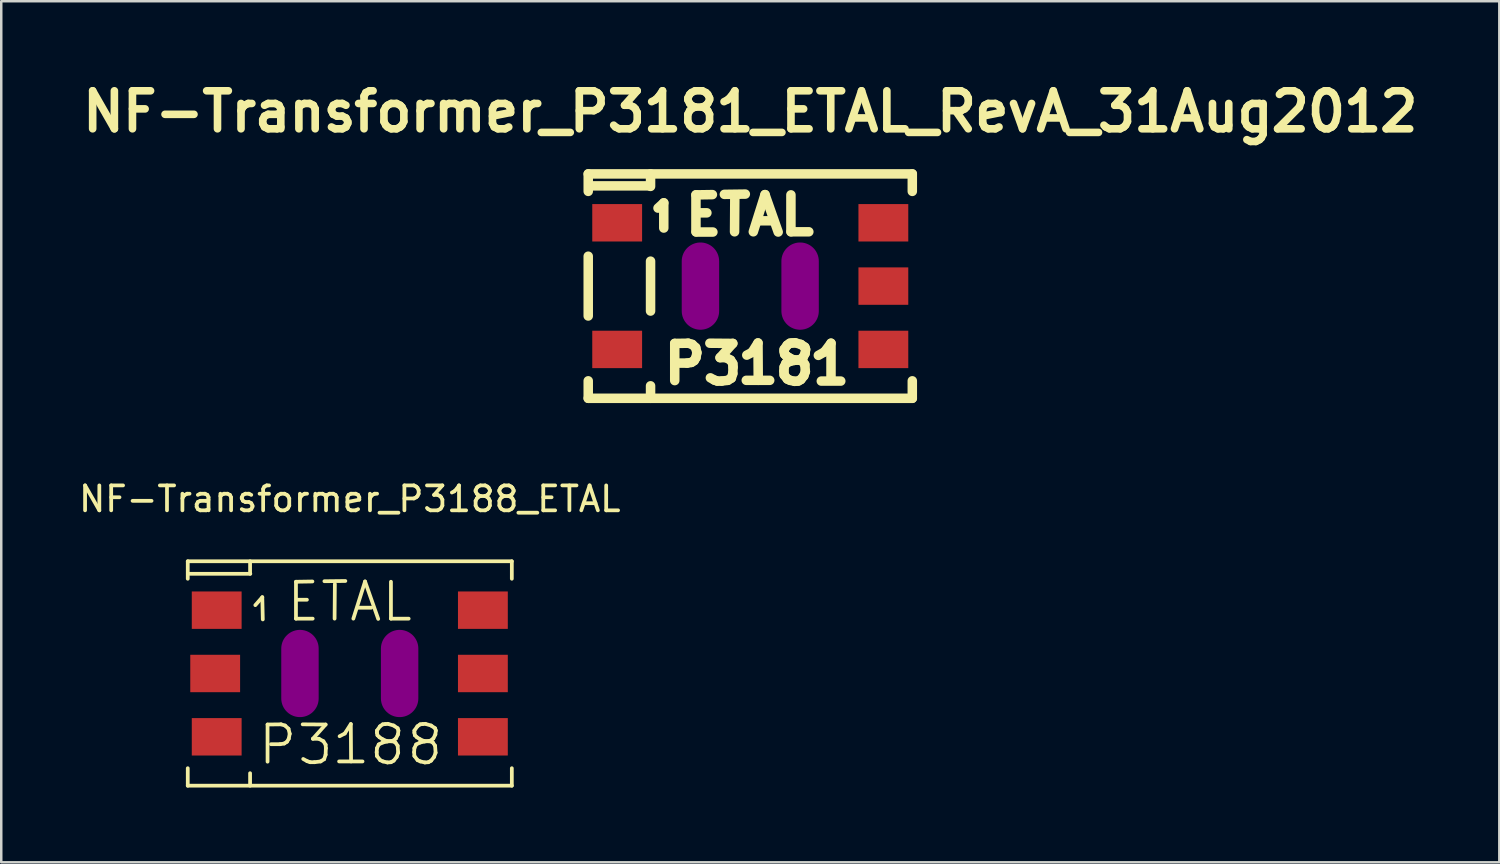
<source format=kicad_pcb>
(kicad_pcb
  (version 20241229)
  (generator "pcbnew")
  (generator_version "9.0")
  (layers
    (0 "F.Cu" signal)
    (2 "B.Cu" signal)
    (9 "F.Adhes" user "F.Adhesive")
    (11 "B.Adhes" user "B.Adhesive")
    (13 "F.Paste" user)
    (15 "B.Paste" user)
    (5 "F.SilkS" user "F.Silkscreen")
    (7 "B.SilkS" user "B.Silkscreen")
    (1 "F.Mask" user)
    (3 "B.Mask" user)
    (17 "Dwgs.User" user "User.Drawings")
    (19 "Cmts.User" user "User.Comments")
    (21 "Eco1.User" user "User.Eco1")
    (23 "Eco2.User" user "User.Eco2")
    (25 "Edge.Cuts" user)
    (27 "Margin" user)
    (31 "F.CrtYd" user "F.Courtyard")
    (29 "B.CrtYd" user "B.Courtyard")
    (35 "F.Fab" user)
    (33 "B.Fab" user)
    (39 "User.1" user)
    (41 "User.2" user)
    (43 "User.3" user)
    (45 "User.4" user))
  (footprint "NF-Transformer_P3188_ETAL"
    (layer "F.Cu")
    (at 10.982 23.967)
    (property "Reference" "NF-Transformer_P3188_ETAL" (at 0 -7 0) (layer "F.SilkS") (effects (font (size 1 1) (thickness 0.15))))
    (attr smd)
    (fp_line (start -6.5 -4.501) (end -6.5 -3.8) (stroke (width 0.15) (type solid)) (layer "F.SilkS"))
    (fp_line (start -6.5 3.8) (end -6.5 4.501) (stroke (width 0.15) (type solid)) (layer "F.SilkS"))
    (fp_line (start -6.5 4.501) (end 6.5 4.501) (stroke (width 0.15) (type solid)) (layer "F.SilkS"))
    (fp_line (start -4 -4.501) (end -4 -4) (stroke (width 0.15) (type solid)) (layer "F.SilkS"))
    (fp_line (start -4 4.501) (end -4 4) (stroke (width 0.15) (type solid)) (layer "F.SilkS"))
    (fp_line (start -3.99 -4) (end -6.421 -4) (stroke (width 0.15) (type solid)) (layer "F.SilkS"))
    (fp_line (start -3.79 -2.741) (end -3.51 -3.061) (stroke (width 0.15) (type solid)) (layer "F.SilkS"))
    (fp_line (start -3.51 -3.061) (end -3.49 -2.169) (stroke (width 0.15) (type solid)) (layer "F.SilkS"))
    (fp_line (start -3.299 2.047) (end -2.758 2.04) (stroke (width 0.15) (type solid)) (layer "F.SilkS"))
    (fp_line (start -3.299 3.538) (end -3.299 2.047) (stroke (width 0.15) (type solid)) (layer "F.SilkS"))
    (fp_line (start -2.799 2.837) (end -3.16 2.837) (stroke (width 0.15) (type solid)) (layer "F.SilkS"))
    (fp_line (start -2.758 2.04) (end -2.598 2.088) (stroke (width 0.15) (type solid)) (layer "F.SilkS"))
    (fp_line (start -2.629 2.809) (end -2.799 2.837) (stroke (width 0.15) (type solid)) (layer "F.SilkS"))
    (fp_line (start -2.598 2.088) (end -2.459 2.217) (stroke (width 0.15) (type solid)) (layer "F.SilkS"))
    (fp_line (start -2.52 2.738) (end -2.629 2.809) (stroke (width 0.15) (type solid)) (layer "F.SilkS"))
    (fp_line (start -2.459 2.217) (end -2.41 2.418) (stroke (width 0.15) (type solid)) (layer "F.SilkS"))
    (fp_line (start -2.449 2.619) (end -2.52 2.738) (stroke (width 0.15) (type solid)) (layer "F.SilkS"))
    (fp_line (start -2.41 2.418) (end -2.449 2.619) (stroke (width 0.15) (type solid)) (layer "F.SilkS"))
    (fp_line (start -2.159 -3.68) (end -2.159 -2.2) (stroke (width 0.15) (type solid)) (layer "F.SilkS"))
    (fp_line (start -2.159 -2.2) (end -1.488 -2.2) (stroke (width 0.15) (type solid)) (layer "F.SilkS"))
    (fp_line (start -2.129 -2.959) (end -1.72 -2.959) (stroke (width 0.15) (type solid)) (layer "F.SilkS"))
    (fp_line (start -1.89 2.04) (end -0.97 2.047) (stroke (width 0.15) (type solid)) (layer "F.SilkS"))
    (fp_line (start -1.709 3.518) (end -1.869 3.429) (stroke (width 0.15) (type solid)) (layer "F.SilkS"))
    (fp_line (start -1.59 3.559) (end -1.709 3.518) (stroke (width 0.15) (type solid)) (layer "F.SilkS"))
    (fp_line (start -1.499 -3.691) (end -2.159 -3.68) (stroke (width 0.15) (type solid)) (layer "F.SilkS"))
    (fp_line (start -1.481 2.619) (end -1.24 2.619) (stroke (width 0.15) (type solid)) (layer "F.SilkS"))
    (fp_line (start -1.42 3.559) (end -1.59 3.559) (stroke (width 0.15) (type solid)) (layer "F.SilkS"))
    (fp_line (start -1.24 2.619) (end -1.059 2.718) (stroke (width 0.15) (type solid)) (layer "F.SilkS"))
    (fp_line (start -1.171 3.528) (end -1.42 3.559) (stroke (width 0.15) (type solid)) (layer "F.SilkS"))
    (fp_line (start -1.059 2.718) (end -0.97 2.857) (stroke (width 0.15) (type solid)) (layer "F.SilkS"))
    (fp_line (start -1.029 3.439) (end -1.171 3.528) (stroke (width 0.15) (type solid)) (layer "F.SilkS"))
    (fp_line (start -1.019 -3.701) (end -0.178 -3.711) (stroke (width 0.15) (type solid)) (layer "F.SilkS"))
    (fp_line (start -0.97 2.047) (end -1.481 2.619) (stroke (width 0.15) (type solid)) (layer "F.SilkS"))
    (fp_line (start -0.97 2.857) (end -0.96 2.997) (stroke (width 0.15) (type solid)) (layer "F.SilkS"))
    (fp_line (start -0.97 3.259) (end -1.029 3.439) (stroke (width 0.15) (type solid)) (layer "F.SilkS"))
    (fp_line (start -0.96 2.997) (end -0.97 3.259) (stroke (width 0.15) (type solid)) (layer "F.SilkS"))
    (fp_line (start -0.61 -2.2) (end -0.599 -3.589) (stroke (width 0.15) (type solid)) (layer "F.SilkS"))
    (fp_line (start -0.429 3.528) (end 0.511 3.528) (stroke (width 0.15) (type solid)) (layer "F.SilkS"))
    (fp_line (start -0.409 2.517) (end -0.201 2.408) (stroke (width 0.15) (type solid)) (layer "F.SilkS"))
    (fp_line (start -0.201 2.408) (end 0.041 2.029) (stroke (width 0.15) (type solid)) (layer "F.SilkS"))
    (fp_line (start 0.041 2.029) (end 0.051 3.528) (stroke (width 0.15) (type solid)) (layer "F.SilkS"))
    (fp_line (start 0.142 -2.2) (end 0.612 -3.691) (stroke (width 0.15) (type solid)) (layer "F.SilkS"))
    (fp_line (start 0.32 -2.639) (end 0.861 -2.639) (stroke (width 0.15) (type solid)) (layer "F.SilkS"))
    (fp_line (start 0.612 -3.691) (end 1.14 -2.189) (stroke (width 0.15) (type solid)) (layer "F.SilkS"))
    (fp_line (start 1.079 3.157) (end 1.09 2.997) (stroke (width 0.15) (type solid)) (layer "F.SilkS"))
    (fp_line (start 1.09 2.289) (end 1.09 2.377) (stroke (width 0.15) (type solid)) (layer "F.SilkS"))
    (fp_line (start 1.09 2.377) (end 1.11 2.479) (stroke (width 0.15) (type solid)) (layer "F.SilkS"))
    (fp_line (start 1.09 2.997) (end 1.161 2.847) (stroke (width 0.15) (type solid)) (layer "F.SilkS"))
    (fp_line (start 1.09 3.31) (end 1.079 3.157) (stroke (width 0.15) (type solid)) (layer "F.SilkS"))
    (fp_line (start 1.11 2.479) (end 1.191 2.558) (stroke (width 0.15) (type solid)) (layer "F.SilkS"))
    (fp_line (start 1.161 2.847) (end 1.321 2.769) (stroke (width 0.15) (type solid)) (layer "F.SilkS"))
    (fp_line (start 1.191 2.558) (end 1.3 2.629) (stroke (width 0.15) (type solid)) (layer "F.SilkS"))
    (fp_line (start 1.212 2.118) (end 1.09 2.289) (stroke (width 0.15) (type solid)) (layer "F.SilkS"))
    (fp_line (start 1.219 3.477) (end 1.09 3.31) (stroke (width 0.15) (type solid)) (layer "F.SilkS"))
    (fp_line (start 1.3 2.629) (end 1.471 2.708) (stroke (width 0.15) (type solid)) (layer "F.SilkS"))
    (fp_line (start 1.321 2.04) (end 1.212 2.118) (stroke (width 0.15) (type solid)) (layer "F.SilkS"))
    (fp_line (start 1.321 2.769) (end 1.501 2.728) (stroke (width 0.15) (type solid)) (layer "F.SilkS"))
    (fp_line (start 1.331 3.528) (end 1.219 3.477) (stroke (width 0.15) (type solid)) (layer "F.SilkS"))
    (fp_line (start 1.42 2.029) (end 1.321 2.04) (stroke (width 0.15) (type solid)) (layer "F.SilkS"))
    (fp_line (start 1.471 2.708) (end 1.76 2.728) (stroke (width 0.15) (type solid)) (layer "F.SilkS"))
    (fp_line (start 1.501 2.728) (end 1.73 2.697) (stroke (width 0.15) (type solid)) (layer "F.SilkS"))
    (fp_line (start 1.511 3.569) (end 1.331 3.528) (stroke (width 0.15) (type solid)) (layer "F.SilkS"))
    (fp_line (start 1.529 2.019) (end 1.42 2.029) (stroke (width 0.15) (type solid)) (layer "F.SilkS"))
    (fp_line (start 1.651 -3.68) (end 1.651 -2.2) (stroke (width 0.15) (type solid)) (layer "F.SilkS"))
    (fp_line (start 1.651 -2.2) (end 2.362 -2.2) (stroke (width 0.15) (type solid)) (layer "F.SilkS"))
    (fp_line (start 1.651 3.559) (end 1.511 3.569) (stroke (width 0.15) (type solid)) (layer "F.SilkS"))
    (fp_line (start 1.73 2.697) (end 1.849 2.609) (stroke (width 0.15) (type solid)) (layer "F.SilkS"))
    (fp_line (start 1.76 2.088) (end 1.56 2.029) (stroke (width 0.15) (type solid)) (layer "F.SilkS"))
    (fp_line (start 1.76 2.728) (end 1.831 2.769) (stroke (width 0.15) (type solid)) (layer "F.SilkS"))
    (fp_line (start 1.76 3.498) (end 1.651 3.559) (stroke (width 0.15) (type solid)) (layer "F.SilkS"))
    (fp_line (start 1.831 2.769) (end 1.92 2.898) (stroke (width 0.15) (type solid)) (layer "F.SilkS"))
    (fp_line (start 1.849 2.609) (end 1.93 2.449) (stroke (width 0.15) (type solid)) (layer "F.SilkS"))
    (fp_line (start 1.88 3.348) (end 1.76 3.498) (stroke (width 0.15) (type solid)) (layer "F.SilkS"))
    (fp_line (start 1.92 2.197) (end 1.76 2.088) (stroke (width 0.15) (type solid)) (layer "F.SilkS"))
    (fp_line (start 1.92 2.898) (end 1.941 3.178) (stroke (width 0.15) (type solid)) (layer "F.SilkS"))
    (fp_line (start 1.93 2.449) (end 1.951 2.289) (stroke (width 0.15) (type solid)) (layer "F.SilkS"))
    (fp_line (start 1.941 3.178) (end 1.88 3.348) (stroke (width 0.15) (type solid)) (layer "F.SilkS"))
    (fp_line (start 1.951 2.289) (end 1.92 2.197) (stroke (width 0.15) (type solid)) (layer "F.SilkS"))
    (fp_line (start 2.581 3.157) (end 2.591 2.997) (stroke (width 0.15) (type solid)) (layer "F.SilkS"))
    (fp_line (start 2.591 2.289) (end 2.591 2.377) (stroke (width 0.15) (type solid)) (layer "F.SilkS"))
    (fp_line (start 2.591 2.377) (end 2.611 2.479) (stroke (width 0.15) (type solid)) (layer "F.SilkS"))
    (fp_line (start 2.591 2.997) (end 2.662 2.847) (stroke (width 0.15) (type solid)) (layer "F.SilkS"))
    (fp_line (start 2.591 3.31) (end 2.581 3.157) (stroke (width 0.15) (type solid)) (layer "F.SilkS"))
    (fp_line (start 2.611 2.479) (end 2.692 2.558) (stroke (width 0.15) (type solid)) (layer "F.SilkS"))
    (fp_line (start 2.662 2.847) (end 2.822 2.769) (stroke (width 0.15) (type solid)) (layer "F.SilkS"))
    (fp_line (start 2.692 2.558) (end 2.802 2.629) (stroke (width 0.15) (type solid)) (layer "F.SilkS"))
    (fp_line (start 2.713 2.118) (end 2.591 2.289) (stroke (width 0.15) (type solid)) (layer "F.SilkS"))
    (fp_line (start 2.72 3.477) (end 2.591 3.31) (stroke (width 0.15) (type solid)) (layer "F.SilkS"))
    (fp_line (start 2.802 2.629) (end 2.972 2.708) (stroke (width 0.15) (type solid)) (layer "F.SilkS"))
    (fp_line (start 2.822 2.04) (end 2.713 2.118) (stroke (width 0.15) (type solid)) (layer "F.SilkS"))
    (fp_line (start 2.822 2.769) (end 3.002 2.728) (stroke (width 0.15) (type solid)) (layer "F.SilkS"))
    (fp_line (start 2.832 3.528) (end 2.72 3.477) (stroke (width 0.15) (type solid)) (layer "F.SilkS"))
    (fp_line (start 2.921 2.029) (end 2.822 2.04) (stroke (width 0.15) (type solid)) (layer "F.SilkS"))
    (fp_line (start 2.972 2.708) (end 3.261 2.728) (stroke (width 0.15) (type solid)) (layer "F.SilkS"))
    (fp_line (start 3.002 2.728) (end 3.231 2.697) (stroke (width 0.15) (type solid)) (layer "F.SilkS"))
    (fp_line (start 3.012 3.569) (end 2.832 3.528) (stroke (width 0.15) (type solid)) (layer "F.SilkS"))
    (fp_line (start 3.03 2.019) (end 2.921 2.029) (stroke (width 0.15) (type solid)) (layer "F.SilkS"))
    (fp_line (start 3.152 3.559) (end 3.012 3.569) (stroke (width 0.15) (type solid)) (layer "F.SilkS"))
    (fp_line (start 3.231 2.697) (end 3.35 2.609) (stroke (width 0.15) (type solid)) (layer "F.SilkS"))
    (fp_line (start 3.261 2.088) (end 3.061 2.029) (stroke (width 0.15) (type solid)) (layer "F.SilkS"))
    (fp_line (start 3.261 2.728) (end 3.332 2.769) (stroke (width 0.15) (type solid)) (layer "F.SilkS"))
    (fp_line (start 3.261 3.498) (end 3.152 3.559) (stroke (width 0.15) (type solid)) (layer "F.SilkS"))
    (fp_line (start 3.332 2.769) (end 3.421 2.898) (stroke (width 0.15) (type solid)) (layer "F.SilkS"))
    (fp_line (start 3.35 2.609) (end 3.432 2.449) (stroke (width 0.15) (type solid)) (layer "F.SilkS"))
    (fp_line (start 3.381 3.348) (end 3.261 3.498) (stroke (width 0.15) (type solid)) (layer "F.SilkS"))
    (fp_line (start 3.421 2.197) (end 3.261 2.088) (stroke (width 0.15) (type solid)) (layer "F.SilkS"))
    (fp_line (start 3.421 2.898) (end 3.442 3.178) (stroke (width 0.15) (type solid)) (layer "F.SilkS"))
    (fp_line (start 3.432 2.449) (end 3.452 2.289) (stroke (width 0.15) (type solid)) (layer "F.SilkS"))
    (fp_line (start 3.442 3.178) (end 3.381 3.348) (stroke (width 0.15) (type solid)) (layer "F.SilkS"))
    (fp_line (start 3.452 2.289) (end 3.421 2.197) (stroke (width 0.15) (type solid)) (layer "F.SilkS"))
    (fp_line (start 6.5 -4.501) (end -6.5 -4.501) (stroke (width 0.15) (type solid)) (layer "F.SilkS"))
    (fp_line (start 6.5 -4.501) (end 6.5 -3.8) (stroke (width 0.15) (type solid)) (layer "F.SilkS"))
    (fp_line (start 6.5 3.8) (end 6.5 4.501) (stroke (width 0.15) (type solid)) (layer "F.SilkS"))
    (pad "" smd oval (at -1.999 0 90) (size 3.5 1.501) (layers "F.Adhes"))
    (pad "" smd oval (at 1.999 0 90) (size 3.5 1.501) (layers "F.Adhes"))
    (pad "1" smd rect (at -5.339 -2.54) (size 1.999 1.501) (layers "F.Cu" "F.Mask" "F.Paste"))
    (pad "2" smd rect (at -5.4 0) (size 1.999 1.501) (layers "F.Cu" "F.Mask" "F.Paste"))
    (pad "2" smd rect (at -5.339 2.54) (size 1.999 1.501) (layers "F.Cu" "F.Mask" "F.Paste"))
    (pad "3" smd rect (at 5.339 2.54) (size 1.999 1.501) (layers "F.Cu" "F.Mask" "F.Paste"))
    (pad "4" smd rect (at 5.339 0) (size 1.999 1.501) (layers "F.Cu" "F.Mask" "F.Paste"))
    (pad "5" smd rect (at 5.339 -2.54) (size 1.999 1.501) (layers "F.Cu" "F.Mask" "F.Paste")))
  (footprint "NF-Transformer_P3181_ETAL_RevA_31Aug2012"
    (layer "F.Cu")
    (at 27.047 8.427)
    (property "Reference" "NF-Transformer_P3181_ETAL_RevA_31Aug2012" (at 0 -7 0) (layer "F.SilkS") (effects (font (size 1.524 1.524) (thickness 0.305))))
    (attr smd)
    (fp_line (start -6.5 -4.501) (end -6.5 -3.8) (stroke (width 0.381) (type solid)) (layer "F.SilkS"))
    (fp_line (start -6.5 -1.199) (end -6.5 1.199) (stroke (width 0.381) (type solid)) (layer "F.SilkS"))
    (fp_line (start -6.5 3.8) (end -6.5 4.501) (stroke (width 0.381) (type solid)) (layer "F.SilkS"))
    (fp_line (start -6.5 4.501) (end 6.5 4.501) (stroke (width 0.381) (type solid)) (layer "F.SilkS"))
    (fp_line (start -4.021 -4.021) (end -6.459 -4.021) (stroke (width 0.381) (type solid)) (layer "F.SilkS"))
    (fp_line (start -4 -4.501) (end -4 -4) (stroke (width 0.381) (type solid)) (layer "F.SilkS"))
    (fp_line (start -4 -1.001) (end -4 1.001) (stroke (width 0.381) (type solid)) (layer "F.SilkS"))
    (fp_line (start -4 4.501) (end -4 4) (stroke (width 0.381) (type solid)) (layer "F.SilkS"))
    (fp_line (start -3.701 -3.129) (end -3.47 -3.34) (stroke (width 0.381) (type solid)) (layer "F.SilkS"))
    (fp_line (start -3.47 -3.34) (end -3.47 -2.329) (stroke (width 0.381) (type solid)) (layer "F.SilkS"))
    (fp_line (start -3.03 2.299) (end -2.489 2.291) (stroke (width 0.381) (type solid)) (layer "F.SilkS"))
    (fp_line (start -3.03 3.79) (end -3.03 2.299) (stroke (width 0.381) (type solid)) (layer "F.SilkS"))
    (fp_line (start -2.53 3.089) (end -2.891 3.089) (stroke (width 0.381) (type solid)) (layer "F.SilkS"))
    (fp_line (start -2.489 2.291) (end -2.329 2.339) (stroke (width 0.381) (type solid)) (layer "F.SilkS"))
    (fp_line (start -2.36 3.061) (end -2.53 3.089) (stroke (width 0.381) (type solid)) (layer "F.SilkS"))
    (fp_line (start -2.329 2.339) (end -2.189 2.469) (stroke (width 0.381) (type solid)) (layer "F.SilkS"))
    (fp_line (start -2.25 2.99) (end -2.36 3.061) (stroke (width 0.381) (type solid)) (layer "F.SilkS"))
    (fp_line (start -2.189 2.469) (end -2.141 2.67) (stroke (width 0.381) (type solid)) (layer "F.SilkS"))
    (fp_line (start -2.179 -3.66) (end -2.179 -2.179) (stroke (width 0.381) (type solid)) (layer "F.SilkS"))
    (fp_line (start -2.179 2.87) (end -2.25 2.99) (stroke (width 0.381) (type solid)) (layer "F.SilkS"))
    (fp_line (start -2.169 -2.169) (end -1.499 -2.169) (stroke (width 0.381) (type solid)) (layer "F.SilkS"))
    (fp_line (start -2.149 -2.939) (end -1.74 -2.939) (stroke (width 0.381) (type solid)) (layer "F.SilkS"))
    (fp_line (start -2.141 2.67) (end -2.179 2.87) (stroke (width 0.381) (type solid)) (layer "F.SilkS"))
    (fp_line (start -1.621 2.291) (end -0.701 2.299) (stroke (width 0.381) (type solid)) (layer "F.SilkS"))
    (fp_line (start -1.519 -3.67) (end -2.179 -3.66) (stroke (width 0.381) (type solid)) (layer "F.SilkS"))
    (fp_line (start -1.44 3.769) (end -1.6 3.68) (stroke (width 0.381) (type solid)) (layer "F.SilkS"))
    (fp_line (start -1.321 3.81) (end -1.44 3.769) (stroke (width 0.381) (type solid)) (layer "F.SilkS"))
    (fp_line (start -1.212 2.87) (end -0.97 2.87) (stroke (width 0.381) (type solid)) (layer "F.SilkS"))
    (fp_line (start -1.151 3.81) (end -1.321 3.81) (stroke (width 0.381) (type solid)) (layer "F.SilkS"))
    (fp_line (start -1.039 -3.68) (end -0.198 -3.691) (stroke (width 0.381) (type solid)) (layer "F.SilkS"))
    (fp_line (start -0.97 2.87) (end -0.79 2.969) (stroke (width 0.381) (type solid)) (layer "F.SilkS"))
    (fp_line (start -0.902 3.78) (end -1.151 3.81) (stroke (width 0.381) (type solid)) (layer "F.SilkS"))
    (fp_line (start -0.79 2.969) (end -0.701 3.109) (stroke (width 0.381) (type solid)) (layer "F.SilkS"))
    (fp_line (start -0.759 3.691) (end -0.902 3.78) (stroke (width 0.381) (type solid)) (layer "F.SilkS"))
    (fp_line (start -0.701 2.299) (end -1.212 2.87) (stroke (width 0.381) (type solid)) (layer "F.SilkS"))
    (fp_line (start -0.701 3.109) (end -0.691 3.249) (stroke (width 0.381) (type solid)) (layer "F.SilkS"))
    (fp_line (start -0.701 3.51) (end -0.759 3.691) (stroke (width 0.381) (type solid)) (layer "F.SilkS"))
    (fp_line (start -0.691 3.249) (end -0.701 3.51) (stroke (width 0.381) (type solid)) (layer "F.SilkS"))
    (fp_line (start -0.63 -2.179) (end -0.62 -3.569) (stroke (width 0.381) (type solid)) (layer "F.SilkS"))
    (fp_line (start -0.16 3.78) (end 0.78 3.78) (stroke (width 0.381) (type solid)) (layer "F.SilkS"))
    (fp_line (start -0.14 2.769) (end 0.069 2.659) (stroke (width 0.381) (type solid)) (layer "F.SilkS"))
    (fp_line (start 0.069 2.659) (end 0.31 2.281) (stroke (width 0.381) (type solid)) (layer "F.SilkS"))
    (fp_line (start 0.122 -2.179) (end 0.592 -3.67) (stroke (width 0.381) (type solid)) (layer "F.SilkS"))
    (fp_line (start 0.3 -2.619) (end 0.841 -2.619) (stroke (width 0.381) (type solid)) (layer "F.SilkS"))
    (fp_line (start 0.31 2.281) (end 0.32 3.78) (stroke (width 0.381) (type solid)) (layer "F.SilkS"))
    (fp_line (start 0.592 -3.67) (end 1.12 -2.169) (stroke (width 0.381) (type solid)) (layer "F.SilkS"))
    (fp_line (start 1.349 3.409) (end 1.359 3.249) (stroke (width 0.381) (type solid)) (layer "F.SilkS"))
    (fp_line (start 1.359 2.54) (end 1.359 2.629) (stroke (width 0.381) (type solid)) (layer "F.SilkS"))
    (fp_line (start 1.359 2.629) (end 1.379 2.731) (stroke (width 0.381) (type solid)) (layer "F.SilkS"))
    (fp_line (start 1.359 3.249) (end 1.43 3.099) (stroke (width 0.381) (type solid)) (layer "F.SilkS"))
    (fp_line (start 1.359 3.561) (end 1.349 3.409) (stroke (width 0.381) (type solid)) (layer "F.SilkS"))
    (fp_line (start 1.379 2.731) (end 1.46 2.809) (stroke (width 0.381) (type solid)) (layer "F.SilkS"))
    (fp_line (start 1.43 3.099) (end 1.59 3.02) (stroke (width 0.381) (type solid)) (layer "F.SilkS"))
    (fp_line (start 1.46 2.809) (end 1.57 2.88) (stroke (width 0.381) (type solid)) (layer "F.SilkS"))
    (fp_line (start 1.481 2.37) (end 1.359 2.54) (stroke (width 0.381) (type solid)) (layer "F.SilkS"))
    (fp_line (start 1.488 3.729) (end 1.359 3.561) (stroke (width 0.381) (type solid)) (layer "F.SilkS"))
    (fp_line (start 1.57 2.88) (end 1.74 2.959) (stroke (width 0.381) (type solid)) (layer "F.SilkS"))
    (fp_line (start 1.59 2.291) (end 1.481 2.37) (stroke (width 0.381) (type solid)) (layer "F.SilkS"))
    (fp_line (start 1.59 3.02) (end 1.77 2.979) (stroke (width 0.381) (type solid)) (layer "F.SilkS"))
    (fp_line (start 1.6 3.78) (end 1.488 3.729) (stroke (width 0.381) (type solid)) (layer "F.SilkS"))
    (fp_line (start 1.631 -3.66) (end 1.631 -2.179) (stroke (width 0.381) (type solid)) (layer "F.SilkS"))
    (fp_line (start 1.638 -2.179) (end 2.349 -2.179) (stroke (width 0.381) (type solid)) (layer "F.SilkS"))
    (fp_line (start 1.689 2.281) (end 1.59 2.291) (stroke (width 0.381) (type solid)) (layer "F.SilkS"))
    (fp_line (start 1.74 2.959) (end 2.029 2.979) (stroke (width 0.381) (type solid)) (layer "F.SilkS"))
    (fp_line (start 1.77 2.979) (end 1.999 2.949) (stroke (width 0.381) (type solid)) (layer "F.SilkS"))
    (fp_line (start 1.781 3.82) (end 1.6 3.78) (stroke (width 0.381) (type solid)) (layer "F.SilkS"))
    (fp_line (start 1.798 2.271) (end 1.689 2.281) (stroke (width 0.381) (type solid)) (layer "F.SilkS"))
    (fp_line (start 1.92 3.81) (end 1.781 3.82) (stroke (width 0.381) (type solid)) (layer "F.SilkS"))
    (fp_line (start 1.999 2.949) (end 2.118 2.86) (stroke (width 0.381) (type solid)) (layer "F.SilkS"))
    (fp_line (start 2.029 2.339) (end 1.829 2.281) (stroke (width 0.381) (type solid)) (layer "F.SilkS"))
    (fp_line (start 2.029 2.979) (end 2.101 3.02) (stroke (width 0.381) (type solid)) (layer "F.SilkS"))
    (fp_line (start 2.029 3.749) (end 1.92 3.81) (stroke (width 0.381) (type solid)) (layer "F.SilkS"))
    (fp_line (start 2.101 3.02) (end 2.189 3.15) (stroke (width 0.381) (type solid)) (layer "F.SilkS"))
    (fp_line (start 2.118 2.86) (end 2.2 2.7) (stroke (width 0.381) (type solid)) (layer "F.SilkS"))
    (fp_line (start 2.149 3.599) (end 2.029 3.749) (stroke (width 0.381) (type solid)) (layer "F.SilkS"))
    (fp_line (start 2.189 2.449) (end 2.029 2.339) (stroke (width 0.381) (type solid)) (layer "F.SilkS"))
    (fp_line (start 2.189 3.15) (end 2.21 3.429) (stroke (width 0.381) (type solid)) (layer "F.SilkS"))
    (fp_line (start 2.2 2.7) (end 2.22 2.54) (stroke (width 0.381) (type solid)) (layer "F.SilkS"))
    (fp_line (start 2.21 3.429) (end 2.149 3.599) (stroke (width 0.381) (type solid)) (layer "F.SilkS"))
    (fp_line (start 2.22 2.54) (end 2.189 2.449) (stroke (width 0.381) (type solid)) (layer "F.SilkS"))
    (fp_line (start 2.731 2.779) (end 2.979 2.639) (stroke (width 0.381) (type solid)) (layer "F.SilkS"))
    (fp_line (start 2.85 3.81) (end 3.63 3.81) (stroke (width 0.381) (type solid)) (layer "F.SilkS"))
    (fp_line (start 2.979 2.639) (end 3.239 2.291) (stroke (width 0.381) (type solid)) (layer "F.SilkS"))
    (fp_line (start 3.239 2.291) (end 3.239 3.78) (stroke (width 0.381) (type solid)) (layer "F.SilkS"))
    (fp_line (start 6.5 -4.501) (end -6.5 -4.501) (stroke (width 0.381) (type solid)) (layer "F.SilkS"))
    (fp_line (start 6.5 -4.501) (end 6.5 -3.8) (stroke (width 0.381) (type solid)) (layer "F.SilkS"))
    (fp_line (start 6.5 3.8) (end 6.5 4.501) (stroke (width 0.381) (type solid)) (layer "F.SilkS"))
    (pad "" smd oval (at -1.999 0 90) (size 3.5 1.501) (layers "F.Adhes"))
    (pad "" smd oval (at 1.999 0 90) (size 3.5 1.501) (layers "F.Adhes"))
    (pad "1" smd rect (at -5.339 -2.54) (size 1.999 1.501) (layers "F.Cu" "F.Mask" "F.Paste"))
    (pad "2" smd rect (at -5.339 2.54) (size 1.999 1.501) (layers "F.Cu" "F.Mask" "F.Paste"))
    (pad "3" smd rect (at 5.339 2.54) (size 1.999 1.501) (layers "F.Cu" "F.Mask" "F.Paste"))
    (pad "4" smd rect (at 5.339 0) (size 1.999 1.501) (layers "F.Cu" "F.Mask" "F.Paste"))
    (pad "5" smd rect (at 5.339 -2.54) (size 1.999 1.501) (layers "F.Cu" "F.Mask" "F.Paste")))
  (gr_rect
    (start -3 -3)
    (end 57.095 31.542)
    (stroke (width 0.1) (type default))
    (fill no)
    (layer "Edge.Cuts")))
</source>
